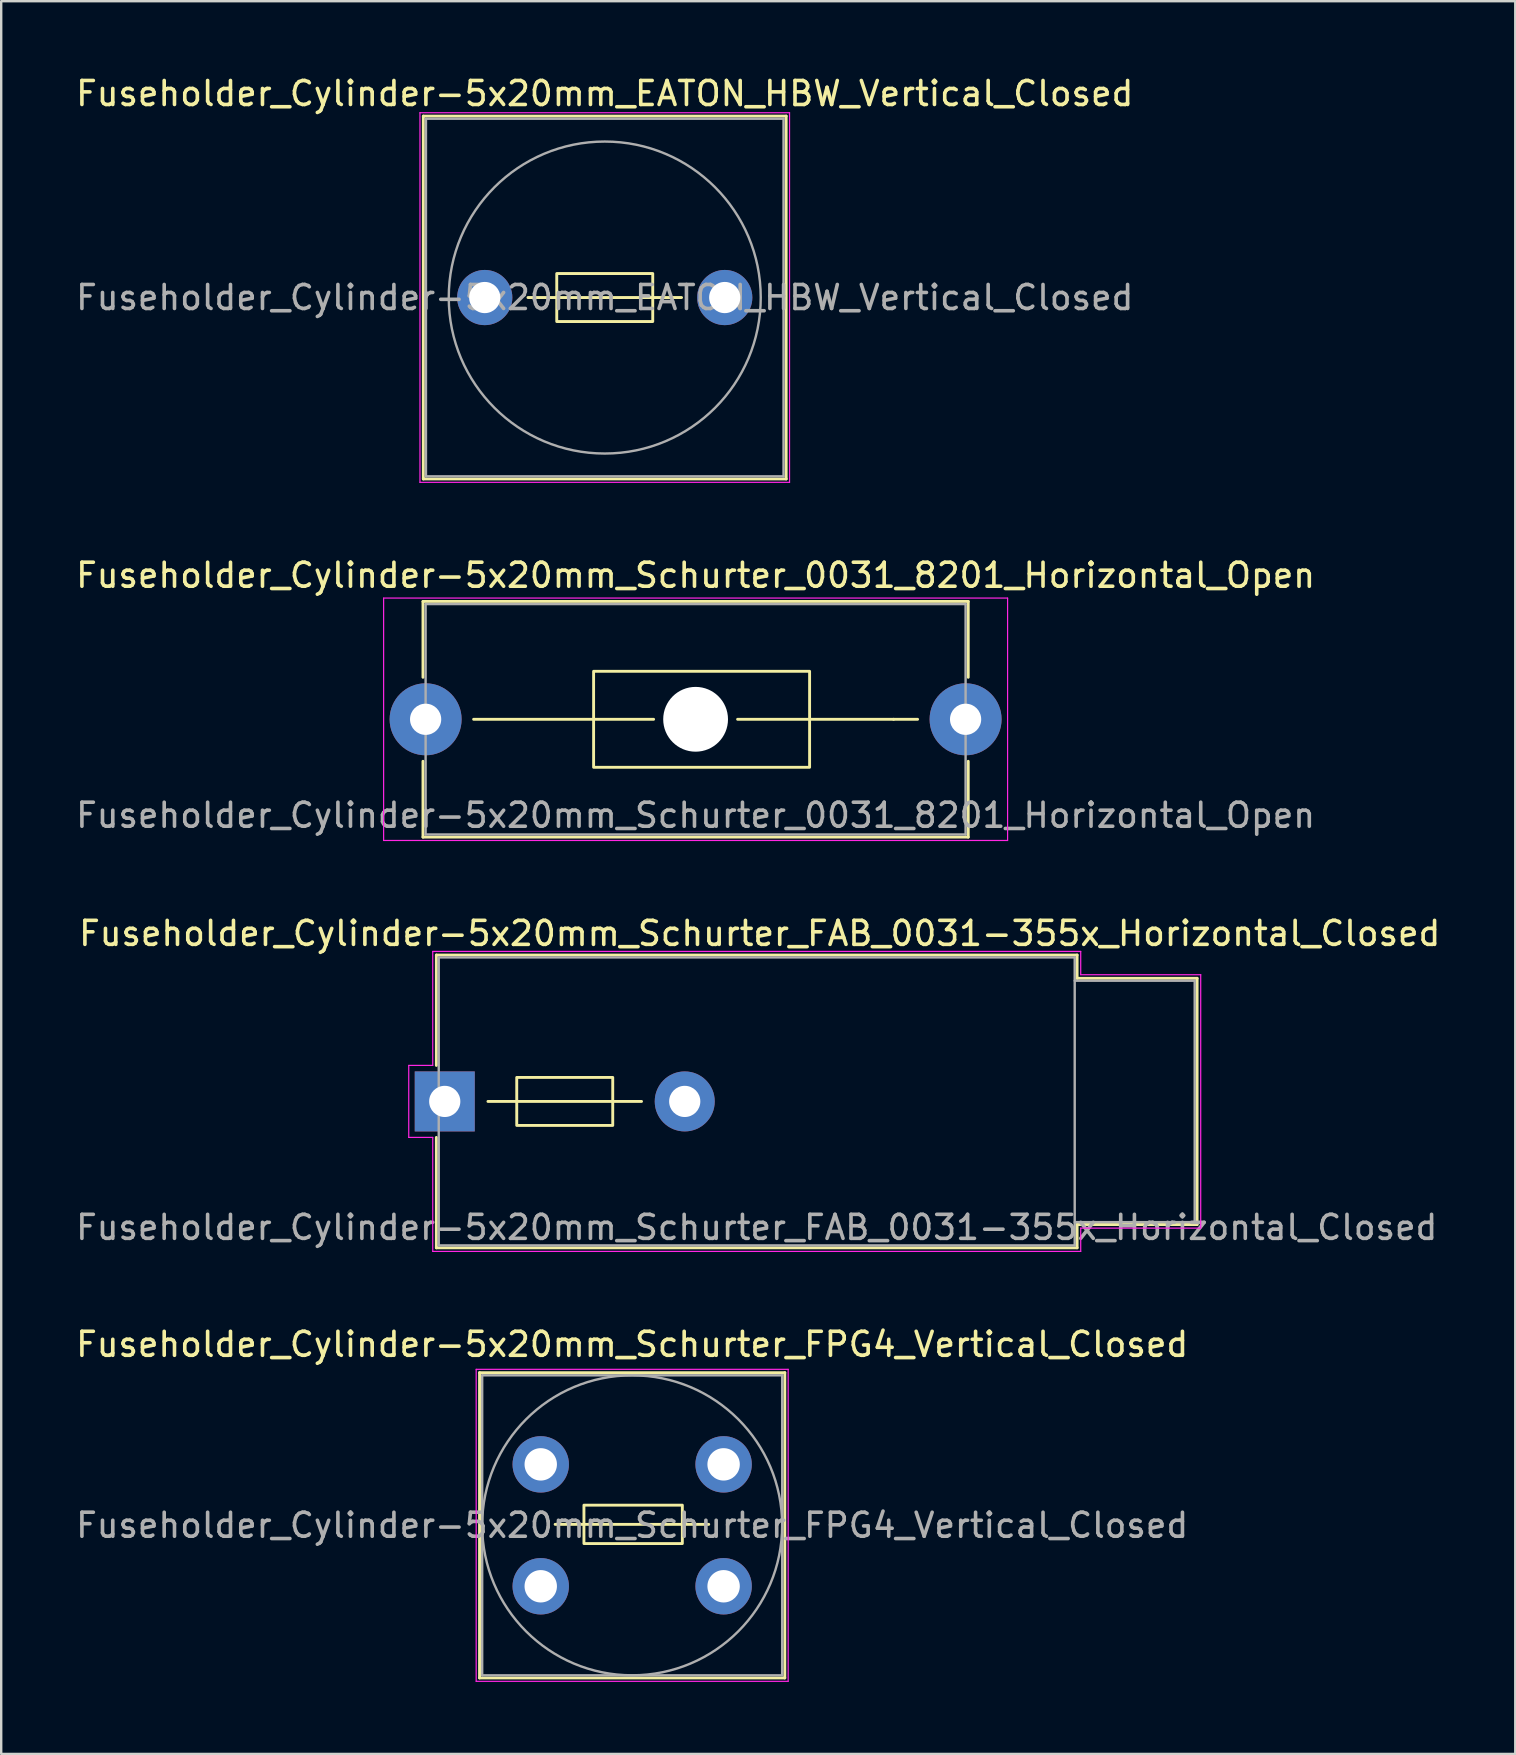
<source format=kicad_pcb>
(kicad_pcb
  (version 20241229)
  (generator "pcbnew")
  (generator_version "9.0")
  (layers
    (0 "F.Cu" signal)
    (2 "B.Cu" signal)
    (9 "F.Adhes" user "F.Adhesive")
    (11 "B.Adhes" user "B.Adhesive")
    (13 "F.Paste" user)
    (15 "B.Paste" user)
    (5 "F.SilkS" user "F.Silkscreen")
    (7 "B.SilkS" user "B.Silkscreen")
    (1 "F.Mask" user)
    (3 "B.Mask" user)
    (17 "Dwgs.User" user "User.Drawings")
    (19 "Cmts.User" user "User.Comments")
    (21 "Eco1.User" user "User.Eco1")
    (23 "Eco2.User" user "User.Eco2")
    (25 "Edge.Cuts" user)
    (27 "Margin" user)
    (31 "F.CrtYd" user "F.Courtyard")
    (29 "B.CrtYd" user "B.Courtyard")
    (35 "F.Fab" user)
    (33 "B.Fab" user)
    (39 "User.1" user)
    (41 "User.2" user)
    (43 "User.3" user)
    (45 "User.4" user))
  (footprint "Fuseholder_Cylinder-5x20mm_Schurter_FAB_0031-355x_Horizontal_Closed"
    (layer "F.Cu")
    (at 15.482 42.845)
    (property "Reference" "Fuseholder_Cylinder-5x20mm_Schurter_FAB_0031-355x_Horizontal_Closed" (at 13.125 -7 0) (layer "F.SilkS") (effects (font (size 1 1) (thickness 0.15))))
    (fp_line (start -0.35 -6.1) (end -0.35 -1.5) (stroke (width 0.12) (type solid)) (layer "F.SilkS"))
    (fp_line (start -0.35 1.5) (end -0.35 6.1) (stroke (width 0.12) (type solid)) (layer "F.SilkS"))
    (fp_line (start -0.35 6.1) (end 26.35 6.1) (stroke (width 0.12) (type solid)) (layer "F.SilkS"))
    (fp_line (start 3 0) (end 1.8 0) (stroke (width 0.12) (type solid)) (layer "F.SilkS"))
    (fp_line (start 8.2 0) (end 3 0) (stroke (width 0.12) (type solid)) (layer "F.SilkS"))
    (fp_line (start 26.35 -6.1) (end -0.35 -6.1) (stroke (width 0.12) (type solid)) (layer "F.SilkS"))
    (fp_line (start 26.35 -5.13) (end 26.35 -6.1) (stroke (width 0.12) (type solid)) (layer "F.SilkS"))
    (fp_line (start 26.35 -5.13) (end 31.35 -5.13) (stroke (width 0.12) (type solid)) (layer "F.SilkS"))
    (fp_line (start 26.35 5.13) (end 26.35 6.1) (stroke (width 0.12) (type solid)) (layer "F.SilkS"))
    (fp_line (start 31.35 -5.13) (end 31.35 5.13) (stroke (width 0.12) (type solid)) (layer "F.SilkS"))
    (fp_line (start 31.35 5.13) (end 26.35 5.13) (stroke (width 0.12) (type solid)) (layer "F.SilkS"))
    (fp_rect (start 3 -1) (end 7 1) (stroke (width 0.12) (type solid)) (fill no) (layer "F.SilkS"))
    (fp_line (start -1.5 -1.5) (end -1.5 1.5) (stroke (width 0.05) (type solid)) (layer "F.CrtYd"))
    (fp_line (start -1.5 1.5) (end -0.5 1.5) (stroke (width 0.05) (type solid)) (layer "F.CrtYd"))
    (fp_line (start -0.5 -6.25) (end -0.5 -1.5) (stroke (width 0.05) (type solid)) (layer "F.CrtYd"))
    (fp_line (start -0.5 -6.25) (end 26.5 -6.25) (stroke (width 0.05) (type solid)) (layer "F.CrtYd"))
    (fp_line (start -0.5 -1.5) (end -1.5 -1.5) (stroke (width 0.05) (type solid)) (layer "F.CrtYd"))
    (fp_line (start -0.5 1.5) (end -0.5 6.25) (stroke (width 0.05) (type solid)) (layer "F.CrtYd"))
    (fp_line (start 26.5 -6.25) (end 26.5 -5.28) (stroke (width 0.05) (type solid)) (layer "F.CrtYd"))
    (fp_line (start 26.5 5.28) (end 26.5 6.25) (stroke (width 0.05) (type solid)) (layer "F.CrtYd"))
    (fp_line (start 26.5 5.28) (end 31.5 5.28) (stroke (width 0.05) (type solid)) (layer "F.CrtYd"))
    (fp_line (start 26.5 6.25) (end -0.5 6.25) (stroke (width 0.05) (type solid)) (layer "F.CrtYd"))
    (fp_line (start 31.5 -5.28) (end 26.5 -5.28) (stroke (width 0.05) (type solid)) (layer "F.CrtYd"))
    (fp_line (start 31.5 5.28) (end 31.5 -5.28) (stroke (width 0.05) (type solid)) (layer "F.CrtYd"))
    (fp_line (start -0.25 -6) (end 26.25 -6) (stroke (width 0.1) (type solid)) (layer "F.Fab"))
    (fp_line (start -0.25 6) (end -0.25 -6) (stroke (width 0.1) (type solid)) (layer "F.Fab"))
    (fp_line (start 26.25 -6) (end 26.25 6) (stroke (width 0.1) (type solid)) (layer "F.Fab"))
    (fp_line (start 26.25 -5.03) (end 31.25 -5.03) (stroke (width 0.1) (type solid)) (layer "F.Fab"))
    (fp_line (start 26.25 6) (end -0.25 6) (stroke (width 0.1) (type solid)) (layer "F.Fab"))
    (fp_line (start 31.25 -5.03) (end 31.25 5.03) (stroke (width 0.1) (type solid)) (layer "F.Fab"))
    (fp_line (start 31.25 5.03) (end 26.25 5.03) (stroke (width 0.1) (type solid)) (layer "F.Fab"))
    (fp_text user "${REFERENCE}" (at 13 5.25 0) (layer "F.Fab") (effects (font (size 1 1) (thickness 0.15))))
    (pad "1" thru_hole rect (at 0 0) (size 2.5 2.5) (drill 1.3) (layers "*.Cu" "*.Mask"))
    (pad "2" thru_hole circle (at 10 0) (size 2.5 2.5) (drill 1.3) (layers "*.Cu" "*.Mask")))
  (footprint "Fuseholder_Cylinder-5x20mm_Schurter_FPG4_Vertical_Closed"
    (layer "F.Cu")
    (at 19.482 57.968)
    (property "Reference" "Fuseholder_Cylinder-5x20mm_Schurter_FPG4_Vertical_Closed" (at 3.81 -5 0) (layer "F.SilkS") (effects (font (size 1 1) (thickness 0.15))))
    (fp_line (start -2.55 -3.82) (end 10.17 -3.82) (stroke (width 0.12) (type solid)) (layer "F.SilkS"))
    (fp_line (start -2.55 8.9) (end -2.55 -3.82) (stroke (width 0.12) (type solid)) (layer "F.SilkS"))
    (fp_line (start 1.8 2.5) (end 0.6 2.5) (stroke (width 0.12) (type solid)) (layer "F.SilkS"))
    (fp_line (start 7 2.5) (end 1.8 2.5) (stroke (width 0.12) (type solid)) (layer "F.SilkS"))
    (fp_line (start 10.17 -3.82) (end 10.17 8.9) (stroke (width 0.12) (type solid)) (layer "F.SilkS"))
    (fp_line (start 10.17 8.9) (end -2.55 8.9) (stroke (width 0.12) (type solid)) (layer "F.SilkS"))
    (fp_rect (start 1.8 1.7) (end 5.9 3.3) (stroke (width 0.12) (type solid)) (fill no) (layer "F.SilkS"))
    (fp_line (start -2.69 -3.96) (end 10.31 -3.96) (stroke (width 0.05) (type solid)) (layer "F.CrtYd"))
    (fp_line (start -2.69 9.04) (end -2.69 -3.96) (stroke (width 0.05) (type solid)) (layer "F.CrtYd"))
    (fp_line (start 10.31 -3.96) (end 10.31 9.04) (stroke (width 0.05) (type solid)) (layer "F.CrtYd"))
    (fp_line (start 10.31 9.04) (end -2.69 9.04) (stroke (width 0.05) (type solid)) (layer "F.CrtYd"))
    (fp_line (start -2.44 -3.71) (end 10.06 -3.71) (stroke (width 0.1) (type solid)) (layer "F.Fab"))
    (fp_line (start -2.44 8.79) (end -2.44 -3.71) (stroke (width 0.1) (type solid)) (layer "F.Fab"))
    (fp_line (start 10.06 -3.71) (end 10.06 8.79) (stroke (width 0.1) (type solid)) (layer "F.Fab"))
    (fp_line (start 10.06 8.79) (end -2.44 8.79) (stroke (width 0.1) (type solid)) (layer "F.Fab"))
    (fp_circle (center 3.81 2.54) (end 10.06 2.54) (stroke (width 0.1) (type solid)) (fill no) (layer "F.Fab"))
    (fp_text user "${REFERENCE}" (at 3.81 2.54 0) (layer "F.Fab") (effects (font (size 1 1) (thickness 0.15))))
    (pad "1" thru_hole circle (at 0 0) (size 2.35 2.35) (drill 1.35) (layers "*.Cu" "*.Mask"))
    (pad "1" thru_hole circle (at 0 5.08) (size 2.35 2.35) (drill 1.35) (layers "*.Cu" "*.Mask"))
    (pad "2" thru_hole circle (at 7.62 0) (size 2.35 2.35) (drill 1.35) (layers "*.Cu" "*.Mask"))
    (pad "2" thru_hole circle (at 7.62 5.08) (size 2.35 2.35) (drill 1.35) (layers "*.Cu" "*.Mask")))
  (footprint "Fuseholder_Cylinder-5x20mm_Schurter_0031_8201_Horizontal_Open"
    (layer "F.Cu")
    (at 14.685 26.922)
    (property "Reference" "Fuseholder_Cylinder-5x20mm_Schurter_0031_8201_Horizontal_Open" (at 11.25 -6 0) (layer "F.SilkS") (effects (font (size 1 1) (thickness 0.15))))
    (fp_line (start -0.11 -4.91) (end 22.61 -4.91) (stroke (width 0.12) (type solid)) (layer "F.SilkS"))
    (fp_line (start -0.11 -1.75) (end -0.11 -4.91) (stroke (width 0.12) (type solid)) (layer "F.SilkS"))
    (fp_line (start -0.11 4.91) (end -0.11 1.75) (stroke (width 0.12) (type solid)) (layer "F.SilkS"))
    (fp_line (start -0.11 4.91) (end 22.61 4.91) (stroke (width 0.12) (type solid)) (layer "F.SilkS"))
    (fp_line (start 2 0) (end 9.5 0) (stroke (width 0.12) (type solid)) (layer "F.SilkS"))
    (fp_line (start 19.5 0) (end 13 0) (stroke (width 0.12) (type solid)) (layer "F.SilkS"))
    (fp_line (start 20.5 0) (end 19.5 0) (stroke (width 0.12) (type solid)) (layer "F.SilkS"))
    (fp_line (start 22.61 -1.75) (end 22.61 -4.91) (stroke (width 0.12) (type solid)) (layer "F.SilkS"))
    (fp_line (start 22.61 4.91) (end 22.61 1.75) (stroke (width 0.12) (type solid)) (layer "F.SilkS"))
    (fp_rect (start 7 -2) (end 16 2) (stroke (width 0.12) (type solid)) (fill no) (layer "F.SilkS"))
    (fp_line (start -1.75 -5.05) (end 24.25 -5.05) (stroke (width 0.05) (type solid)) (layer "F.CrtYd"))
    (fp_line (start -1.75 5.05) (end -1.75 -5.05) (stroke (width 0.05) (type solid)) (layer "F.CrtYd"))
    (fp_line (start 24.25 -5.05) (end 24.25 5.05) (stroke (width 0.05) (type solid)) (layer "F.CrtYd"))
    (fp_line (start 24.25 5.05) (end -1.75 5.05) (stroke (width 0.05) (type solid)) (layer "F.CrtYd"))
    (fp_line (start 0 -4.8) (end 0 4.8) (stroke (width 0.1) (type solid)) (layer "F.Fab"))
    (fp_line (start 0 4.8) (end 22.5 4.8) (stroke (width 0.1) (type solid)) (layer "F.Fab"))
    (fp_line (start 22.5 -4.8) (end 0 -4.8) (stroke (width 0.1) (type solid)) (layer "F.Fab"))
    (fp_line (start 22.5 4.8) (end 22.5 -4.8) (stroke (width 0.1) (type solid)) (layer "F.Fab"))
    (fp_text user "${REFERENCE}" (at 11.25 4 0) (layer "F.Fab") (effects (font (size 1 1) (thickness 0.15))))
    (pad "" np_thru_hole circle (at 11.25 0) (size 2.7 2.7) (drill 2.7) (layers "*.Cu" "*.Mask"))
    (pad "1" thru_hole circle (at 0 0) (size 3 3) (drill 1.3) (layers "*.Cu" "*.Mask"))
    (pad "2" thru_hole circle (at 22.5 0) (size 3 3) (drill 1.3) (layers "*.Cu" "*.Mask")))
  (footprint "Fuseholder_Cylinder-5x20mm_EATON_HBW_Vertical_Closed"
    (layer "F.Cu")
    (at 17.149 9.348)
    (property "Reference" "Fuseholder_Cylinder-5x20mm_EATON_HBW_Vertical_Closed" (at 5 -8.5 0) (layer "F.SilkS") (effects (font (size 1 1) (thickness 0.15))))
    (fp_line (start -2.56 -7.56) (end 12.56 -7.56) (stroke (width 0.12) (type solid)) (layer "F.SilkS"))
    (fp_line (start -2.56 7.56) (end -2.56 -7.56) (stroke (width 0.12) (type solid)) (layer "F.SilkS"))
    (fp_line (start 3 0) (end 1.8 0) (stroke (width 0.12) (type solid)) (layer "F.SilkS"))
    (fp_line (start 8.2 0) (end 3 0) (stroke (width 0.12) (type solid)) (layer "F.SilkS"))
    (fp_line (start 12.56 -7.56) (end 12.56 7.56) (stroke (width 0.12) (type solid)) (layer "F.SilkS"))
    (fp_line (start 12.56 7.56) (end -2.56 7.56) (stroke (width 0.12) (type solid)) (layer "F.SilkS"))
    (fp_rect (start 3 -1) (end 7 1) (stroke (width 0.12) (type solid)) (fill no) (layer "F.SilkS"))
    (fp_line (start -2.7 -7.7) (end 12.7 -7.7) (stroke (width 0.05) (type solid)) (layer "F.CrtYd"))
    (fp_line (start -2.7 7.7) (end -2.7 -7.7) (stroke (width 0.05) (type solid)) (layer "F.CrtYd"))
    (fp_line (start 12.7 -7.7) (end 12.7 7.7) (stroke (width 0.05) (type solid)) (layer "F.CrtYd"))
    (fp_line (start 12.7 7.7) (end -2.7 7.7) (stroke (width 0.05) (type solid)) (layer "F.CrtYd"))
    (fp_line (start -2.45 -7.45) (end 12.45 -7.45) (stroke (width 0.1) (type solid)) (layer "F.Fab"))
    (fp_line (start -2.45 7.45) (end -2.45 -7.45) (stroke (width 0.1) (type solid)) (layer "F.Fab"))
    (fp_line (start 12.45 -7.45) (end 12.45 7.45) (stroke (width 0.1) (type solid)) (layer "F.Fab"))
    (fp_line (start 12.45 7.45) (end -2.45 7.45) (stroke (width 0.1) (type solid)) (layer "F.Fab"))
    (fp_circle (center 5 0) (end 11.5 0) (stroke (width 0.1) (type solid)) (fill no) (layer "F.Fab"))
    (fp_text user "${REFERENCE}" (at 5 0 0) (layer "F.Fab") (effects (font (size 1 1) (thickness 0.15))))
    (pad "1" thru_hole circle (at 0 0) (size 2.3 2.3) (drill 1.3) (layers "*.Cu" "*.Mask"))
    (pad "2" thru_hole circle (at 10 0) (size 2.3 2.3) (drill 1.3) (layers "*.Cu" "*.Mask")))
  (gr_rect
    (start -3 -3)
    (end 60.089 70.033)
    (stroke (width 0.1) (type default))
    (fill no)
    (layer "Edge.Cuts")))
</source>
